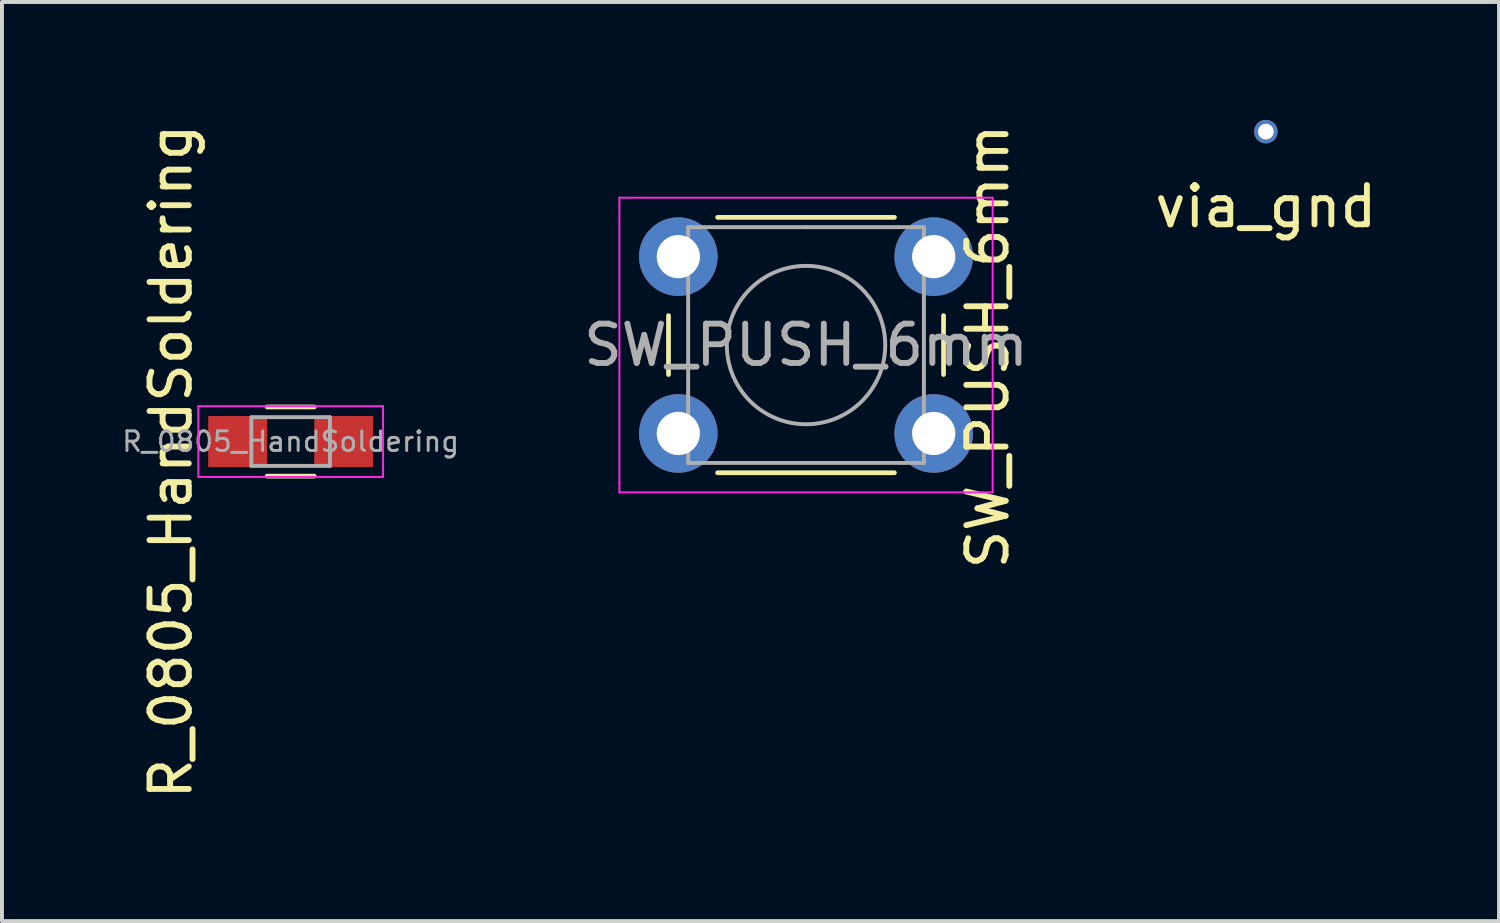
<source format=kicad_pcb>
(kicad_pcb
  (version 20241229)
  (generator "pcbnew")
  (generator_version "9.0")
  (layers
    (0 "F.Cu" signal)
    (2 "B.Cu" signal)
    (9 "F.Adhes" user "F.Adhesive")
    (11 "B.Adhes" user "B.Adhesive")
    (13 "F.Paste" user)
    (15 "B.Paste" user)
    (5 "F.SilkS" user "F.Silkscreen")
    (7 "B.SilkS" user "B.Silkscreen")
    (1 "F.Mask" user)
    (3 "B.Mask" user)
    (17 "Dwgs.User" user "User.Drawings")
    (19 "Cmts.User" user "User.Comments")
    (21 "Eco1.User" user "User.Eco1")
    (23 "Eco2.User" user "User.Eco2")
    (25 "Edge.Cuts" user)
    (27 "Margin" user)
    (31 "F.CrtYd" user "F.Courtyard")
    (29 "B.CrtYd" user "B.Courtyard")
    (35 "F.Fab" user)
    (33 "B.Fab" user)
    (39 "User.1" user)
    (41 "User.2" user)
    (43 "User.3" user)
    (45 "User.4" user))
  (footprint "SW_PUSH_6mm"
    (layer "F.Cu")
    (at 14.214 3.482)
    (property "Reference" "SW_PUSH_6mm" (at 7.874 2.286 90) (layer "F.SilkS") (effects (font (size 1 1) (thickness 0.15))))
    (attr through_hole)
    (fp_line (start -0.25 1.5) (end -0.25 3) (stroke (width 0.12) (type solid)) (layer "F.SilkS"))
    (fp_line (start 1 5.5) (end 5.5 5.5) (stroke (width 0.12) (type solid)) (layer "F.SilkS"))
    (fp_line (start 5.5 -1) (end 1 -1) (stroke (width 0.12) (type solid)) (layer "F.SilkS"))
    (fp_line (start 6.75 3) (end 6.75 1.5) (stroke (width 0.12) (type solid)) (layer "F.SilkS"))
    (fp_line (start -1.5 -1.5) (end -1.25 -1.5) (stroke (width 0.05) (type solid)) (layer "F.CrtYd"))
    (fp_line (start -1.5 -1.25) (end -1.5 -1.5) (stroke (width 0.05) (type solid)) (layer "F.CrtYd"))
    (fp_line (start -1.5 5.75) (end -1.5 -1.25) (stroke (width 0.05) (type solid)) (layer "F.CrtYd"))
    (fp_line (start -1.5 5.75) (end -1.5 6) (stroke (width 0.05) (type solid)) (layer "F.CrtYd"))
    (fp_line (start -1.5 6) (end -1.25 6) (stroke (width 0.05) (type solid)) (layer "F.CrtYd"))
    (fp_line (start -1.25 -1.5) (end 7.75 -1.5) (stroke (width 0.05) (type solid)) (layer "F.CrtYd"))
    (fp_line (start 7.75 -1.5) (end 8 -1.5) (stroke (width 0.05) (type solid)) (layer "F.CrtYd"))
    (fp_line (start 7.75 6) (end -1.25 6) (stroke (width 0.05) (type solid)) (layer "F.CrtYd"))
    (fp_line (start 7.75 6) (end 8 6) (stroke (width 0.05) (type solid)) (layer "F.CrtYd"))
    (fp_line (start 8 -1.5) (end 8 -1.25) (stroke (width 0.05) (type solid)) (layer "F.CrtYd"))
    (fp_line (start 8 -1.25) (end 8 5.75) (stroke (width 0.05) (type solid)) (layer "F.CrtYd"))
    (fp_line (start 8 6) (end 8 5.75) (stroke (width 0.05) (type solid)) (layer "F.CrtYd"))
    (fp_line (start 0.25 -0.75) (end 3.25 -0.75) (stroke (width 0.1) (type solid)) (layer "F.Fab"))
    (fp_line (start 0.25 5.25) (end 0.25 -0.75) (stroke (width 0.1) (type solid)) (layer "F.Fab"))
    (fp_line (start 3.25 -0.75) (end 6.25 -0.75) (stroke (width 0.1) (type solid)) (layer "F.Fab"))
    (fp_line (start 6.25 -0.75) (end 6.25 5.25) (stroke (width 0.1) (type solid)) (layer "F.Fab"))
    (fp_line (start 6.25 5.25) (end 0.25 5.25) (stroke (width 0.1) (type solid)) (layer "F.Fab"))
    (fp_circle (center 3.25 2.25) (end 1.25 2.5) (stroke (width 0.1) (type solid)) (fill no) (layer "F.Fab"))
    (fp_text user "${REFERENCE}" (at 3.25 2.25 0) (layer "F.Fab") (effects (font (size 1 1) (thickness 0.15))))
    (pad "1" thru_hole circle (at 0 0 90) (size 2 2) (drill 1.1) (layers "*.Cu" "*.Mask"))
    (pad "1" thru_hole circle (at 6.5 0 90) (size 2 2) (drill 1.1) (layers "*.Cu" "*.Mask"))
    (pad "2" thru_hole circle (at 0 4.5 90) (size 2 2) (drill 1.1) (layers "*.Cu" "*.Mask"))
    (pad "2" thru_hole circle (at 6.5 4.5 90) (size 2 2) (drill 1.1) (layers "*.Cu" "*.Mask")))
  (footprint "via_gnd"
    (layer "F.Cu")
    (at 29.167 0.3)
    (property "Reference" "via_gnd" (at 0 1.905 0) (layer "F.SilkS") (effects (font (size 1 1) (thickness 0.15))))
    (attr through_hole)
    (pad "1" thru_hole circle (at 0 0) (size 0.6 0.6) (drill 0.4) (layers "*.Cu")))
  (footprint "R_0805_HandSoldering"
    (layer "F.Cu")
    (at 4.348 8.188)
    (property "Reference" "R_0805_HandSoldering" (at -3.048 0.508 270) (layer "F.SilkS") (effects (font (size 1 1) (thickness 0.15))))
    (attr smd)
    (fp_line (start -0.6 -0.88) (end 0.6 -0.88) (stroke (width 0.12) (type solid)) (layer "F.SilkS"))
    (fp_line (start 0.6 0.88) (end -0.6 0.88) (stroke (width 0.12) (type solid)) (layer "F.SilkS"))
    (fp_line (start -2.35 -0.9) (end -2.35 0.9) (stroke (width 0.05) (type solid)) (layer "F.CrtYd"))
    (fp_line (start -2.35 -0.9) (end 2.35 -0.9) (stroke (width 0.05) (type solid)) (layer "F.CrtYd"))
    (fp_line (start 2.35 0.9) (end -2.35 0.9) (stroke (width 0.05) (type solid)) (layer "F.CrtYd"))
    (fp_line (start 2.35 0.9) (end 2.35 -0.9) (stroke (width 0.05) (type solid)) (layer "F.CrtYd"))
    (fp_line (start -1 -0.62) (end 1 -0.62) (stroke (width 0.1) (type solid)) (layer "F.Fab"))
    (fp_line (start -1 0.62) (end -1 -0.62) (stroke (width 0.1) (type solid)) (layer "F.Fab"))
    (fp_line (start 1 -0.62) (end 1 0.62) (stroke (width 0.1) (type solid)) (layer "F.Fab"))
    (fp_line (start 1 0.62) (end -1 0.62) (stroke (width 0.1) (type solid)) (layer "F.Fab"))
    (fp_text user "${REFERENCE}" (at 0 0 0) (layer "F.Fab") (effects (font (size 0.5 0.5) (thickness 0.075))))
    (pad "1" smd rect (at -1.35 0) (size 1.5 1.3) (layers "F.Cu" "F.Mask" "F.Paste"))
    (pad "2" smd rect (at 1.35 0) (size 1.5 1.3) (layers "F.Cu" "F.Mask" "F.Paste")))
  (gr_rect
    (start -3 -3)
    (end 35.101 20.393)
    (stroke (width 0.1) (type default))
    (fill no)
    (layer "Edge.Cuts")))
</source>
